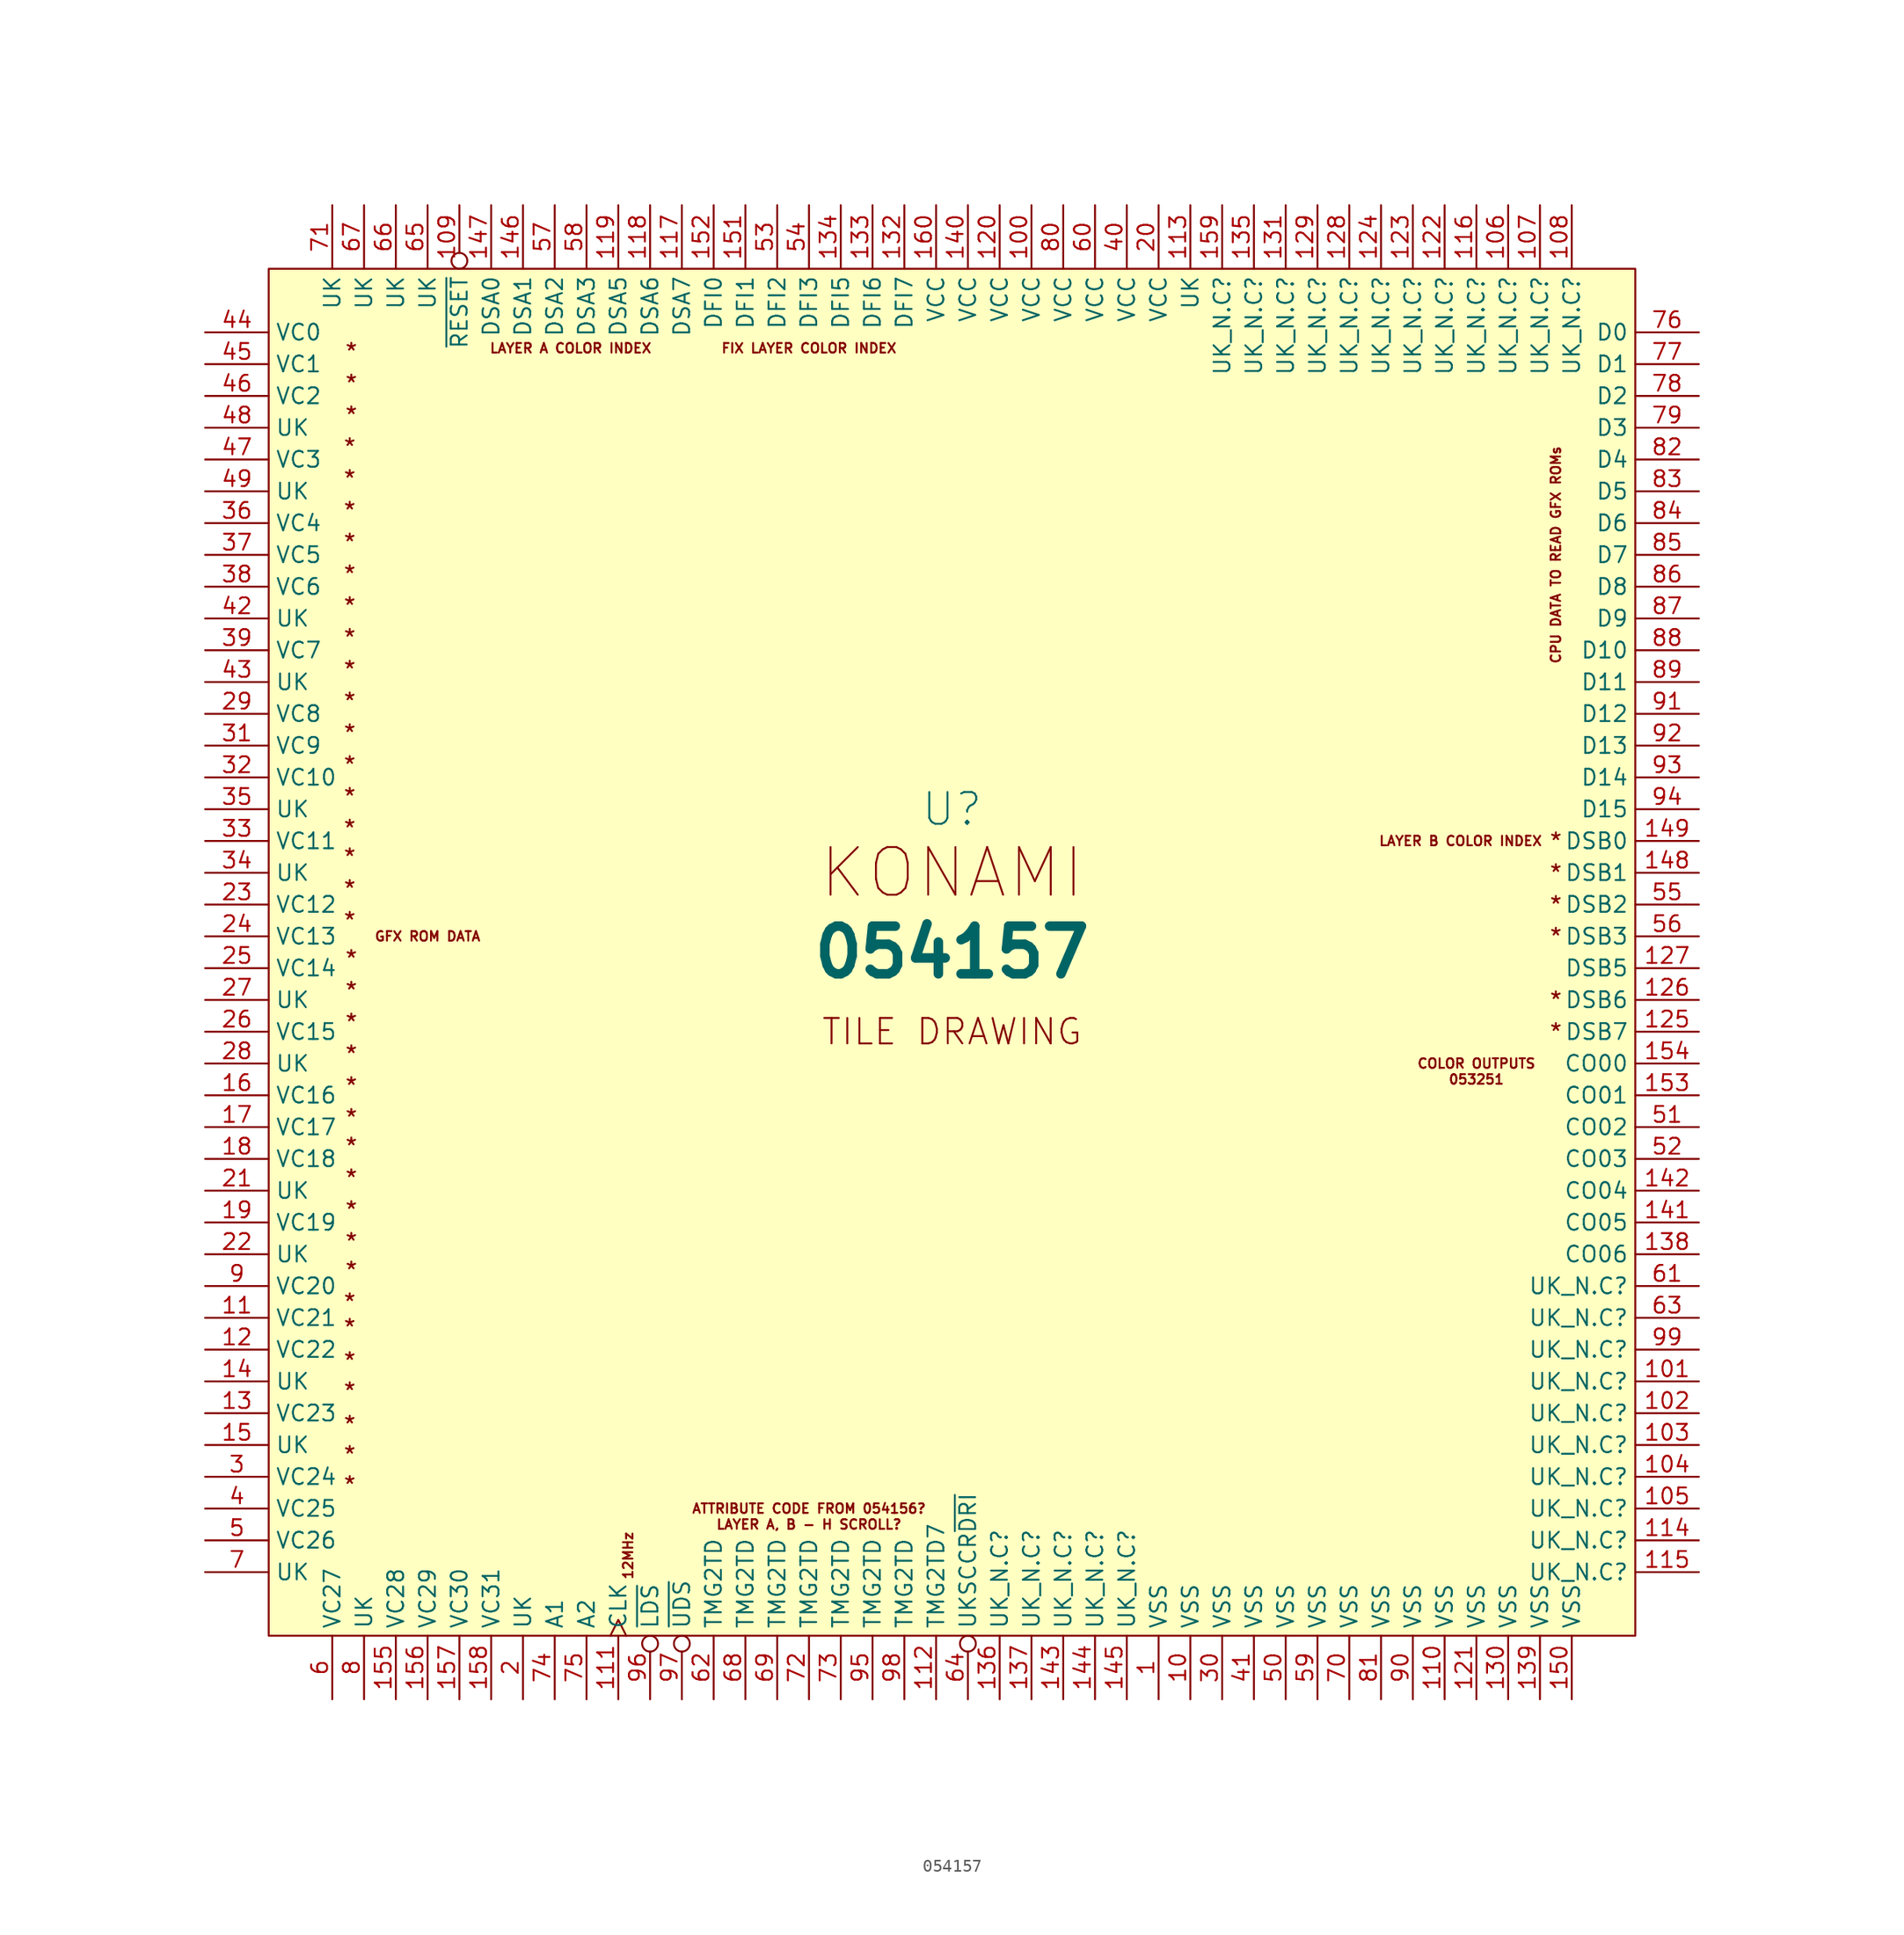
<source format=kicad_sym>
(kicad_symbol_lib
  (version 20231120)
  (generator "kicad_symbol_editor")
  (generator_version "8.0")
  (symbol "054157"
    (property "Reference" "U"
      (at 0 10.16 0)
      (effects (font (size 2.54 2.54))))
    (property "Value" "054157"
      (at 0 -1.27 0)
      (effects (font (size 3.81 3.81) (bold yes))))
    (symbol "054157_0_0"
      (text "*" (at -48.133 -43.815 0) (effects (font (size 1.27 1.27))))
      (text "*" (at -48.133 -41.402 0) (effects (font (size 1.27 1.27))))
      (text "*" (at -48.133 -38.989 0) (effects (font (size 1.27 1.27))))
      (text "*" (at -48.133 -36.322 0) (effects (font (size 1.27 1.27))))
      (text "*" (at -48.133 -33.909 0) (effects (font (size 1.27 1.27))))
      (text "*" (at -48.133 -31.242 0) (effects (font (size 1.27 1.27))))
      (text "*" (at -48.133 -29.21 0) (effects (font (size 1.27 1.27))))
      (text "*" (at -48.133 1.27 0) (effects (font (size 1.27 1.27))))
      (text "*" (at -48.133 3.81 0) (effects (font (size 1.27 1.27))))
      (text "*" (at -48.133 6.35 0) (effects (font (size 1.27 1.27))))
      (text "*" (at -48.133 8.636 0) (effects (font (size 1.27 1.27))))
      (text "*" (at -48.133 11.176 0) (effects (font (size 1.27 1.27))))
      (text "*" (at -48.133 13.716 0) (effects (font (size 1.27 1.27))))
      (text "*" (at -48.133 16.256 0) (effects (font (size 1.27 1.27))))
      (text "*" (at -48.133 18.796 0) (effects (font (size 1.27 1.27))))
      (text "*" (at -48.133 21.336 0) (effects (font (size 1.27 1.27))))
      (text "*" (at -48.133 23.876 0) (effects (font (size 1.27 1.27))))
      (text "*" (at -48.133 26.416 0) (effects (font (size 1.27 1.27))))
      (text "*" (at -48.133 28.956 0) (effects (font (size 1.27 1.27))))
      (text "*" (at -48.133 31.496 0) (effects (font (size 1.27 1.27))))
      (text "*" (at -48.133 34.036 0) (effects (font (size 1.27 1.27))))
      (text "*" (at -48.133 36.576 0) (effects (font (size 1.27 1.27))))
      (text "*" (at -48.133 39.116 0) (effects (font (size 1.27 1.27))))
      (text "*" (at -48.006 -26.67 0) (effects (font (size 1.27 1.27))))
      (text "*" (at -48.006 -24.384 0) (effects (font (size 1.27 1.27))))
      (text "*" (at -48.006 -21.844 0) (effects (font (size 1.27 1.27))))
      (text "*" (at -48.006 -19.304 0) (effects (font (size 1.27 1.27))))
      (text "*" (at -48.006 -16.764 0) (effects (font (size 1.27 1.27))))
      (text "*" (at -48.006 -14.478 0) (effects (font (size 1.27 1.27))))
      (text "*" (at -48.006 -11.938 0) (effects (font (size 1.27 1.27))))
      (text "*" (at -48.006 -9.398 0) (effects (font (size 1.27 1.27))))
      (text "*" (at -48.006 -6.858 0) (effects (font (size 1.27 1.27))))
      (text "*" (at -48.006 -4.318 0) (effects (font (size 1.27 1.27))))
      (text "*" (at -48.006 -1.778 0) (effects (font (size 1.27 1.27))))
      (text "*" (at -48.006 41.656 0) (effects (font (size 1.27 1.27))))
      (text "*" (at -48.006 44.196 0) (effects (font (size 1.27 1.27))))
      (text "*" (at -48.006 46.736 0) (effects (font (size 1.27 1.27))))
      (text "*" (at 48.26 -7.62 0) (effects (font (size 1.27 1.27))))
      (text "*" (at 48.26 -5.08 0) (effects (font (size 1.27 1.27))))
      (text "*" (at 48.26 0 0) (effects (font (size 1.27 1.27))))
      (text "*" (at 48.26 2.54 0) (effects (font (size 1.27 1.27))))
      (text "*" (at 48.26 5.08 0) (effects (font (size 1.27 1.27))))
      (text "*" (at 48.26 7.62 0) (effects (font (size 1.27 1.27))))
      (text "CPU DATA TO READ GFX ROMs" (at 48.26 30.48 900) (effects (font (size 0.762 0.762))))
      (text "FIX LAYER COLOR INDEX" (at -11.43 46.99 0) (effects (font (size 0.762 0.762))))
      (text "GFX ROM DATA" (at -41.91 0 0) (effects (font (size 0.762 0.762))))
      (text "LAYER A COLOR INDEX" (at -30.48 46.99 0) (effects (font (size 0.762 0.762))))
      (text "LAYER B COLOR INDEX" (at 40.64 7.62 0) (effects (font (size 0.762 0.762))))
      (text "TILE DRAWING" (at 0 -7.62 0) (effects (font (size 2.032 2.032)))))
    (symbol "054157_0_1"
      (rectangle (start -54.61 53.34) (end 54.61 -55.88) (stroke (width 0.152) (type default)) (fill (type background))))
    (symbol "054157_1_0"
      (text "12MHz" (at -25.883 -49.479 900) (effects (font (size 0.762 0.762))))
      (text "KONAMI" (at 0 5.08 0) (effects (font (size 3.81 3.81)))))
    (symbol "054157_1_1"
      (text "053251" (at 41.91 -11.43 0) (effects (font (size 0.762 0.762))))
      (text "ATTRIBUTE CODE FROM 054156?" (at -11.43 -45.72 0) (effects (font (size 0.762 0.762))))
      (text "COLOR OUTPUTS" (at 41.91 -10.16 0) (effects (font (size 0.762 0.762))))
      (text "LAYER A, B - H SCROLL?" (at -11.43 -46.99 0) (effects (font (size 0.762 0.762))))
      (pin power_in line (at 16.51 -60.96 90) (length 5.08) (name "VSS" (effects (font (size 1.27 1.27)))) (number "1" (effects (font (size 1.27 1.27)))))
      (pin power_in line (at 19.05 -60.96 90) (length 5.08) (name "VSS" (effects (font (size 1.27 1.27)))) (number "10" (effects (font (size 1.27 1.27)))))
      (pin power_in line (at 6.35 58.42 270) (length 5.08) (name "VCC" (effects (font (size 1.27 1.27)))) (number "100" (effects (font (size 1.27 1.27)))))
      (pin bidirectional line (at 59.69 -35.56 180) (length 5.08) (name "UK_N.C?" (effects (font (size 1.27 1.27)))) (number "101" (effects (font (size 1.27 1.27)))))
      (pin bidirectional line (at 59.69 -38.1 180) (length 5.08) (name "UK_N.C?" (effects (font (size 1.27 1.27)))) (number "102" (effects (font (size 1.27 1.27)))))
      (pin bidirectional line (at 59.69 -40.64 180) (length 5.08) (name "UK_N.C?" (effects (font (size 1.27 1.27)))) (number "103" (effects (font (size 1.27 1.27)))))
      (pin bidirectional line (at 59.69 -43.18 180) (length 5.08) (name "UK_N.C?" (effects (font (size 1.27 1.27)))) (number "104" (effects (font (size 1.27 1.27)))))
      (pin bidirectional line (at 59.69 -45.72 180) (length 5.08) (name "UK_N.C?" (effects (font (size 1.27 1.27)))) (number "105" (effects (font (size 1.27 1.27)))))
      (pin bidirectional line (at 44.45 58.42 270) (length 5.08) (name "UK_N.C?" (effects (font (size 1.27 1.27)))) (number "106" (effects (font (size 1.27 1.27)))))
      (pin bidirectional line (at 46.99 58.42 270) (length 5.08) (name "UK_N.C?" (effects (font (size 1.27 1.27)))) (number "107" (effects (font (size 1.27 1.27)))))
      (pin bidirectional line (at 49.53 58.42 270) (length 5.08) (name "UK_N.C?" (effects (font (size 1.27 1.27)))) (number "108" (effects (font (size 1.27 1.27)))))
      (pin output inverted (at -39.37 58.42 270) (length 5.08) (name "~{RESET}" (effects (font (size 1.27 1.27)))) (number "109" (effects (font (size 1.27 1.27)))))
      (pin input line (at -59.69 -30.48 0) (length 5.08) (name "VC21" (effects (font (size 1.27 1.27)))) (number "11" (effects (font (size 1.27 1.27)))))
      (pin power_in line (at 39.37 -60.96 90) (length 5.08) (name "VSS" (effects (font (size 1.27 1.27)))) (number "110" (effects (font (size 1.27 1.27)))))
      (pin input clock (at -26.67 -60.96 90) (length 5.08) (name "CLK" (effects (font (size 1.27 1.27)))) (number "111" (effects (font (size 1.27 1.27)))))
      (pin input line (at -1.27 -60.96 90) (length 5.08) (name "TMG2TD7" (effects (font (size 1.27 1.27)))) (number "112" (effects (font (size 1.27 1.27)))))
      (pin power_in line (at 19.05 58.42 270) (length 5.08) (name "UK" (effects (font (size 1.27 1.27)))) (number "113" (effects (font (size 1.27 1.27)))))
      (pin bidirectional line (at 59.69 -48.26 180) (length 5.08) (name "UK_N.C?" (effects (font (size 1.27 1.27)))) (number "114" (effects (font (size 1.27 1.27)))))
      (pin bidirectional line (at 59.69 -50.8 180) (length 5.08) (name "UK_N.C?" (effects (font (size 1.27 1.27)))) (number "115" (effects (font (size 1.27 1.27)))))
      (pin bidirectional line (at 41.91 58.42 270) (length 5.08) (name "UK_N.C?" (effects (font (size 1.27 1.27)))) (number "116" (effects (font (size 1.27 1.27)))))
      (pin output line (at -21.59 58.42 270) (length 5.08) (name "DSA7" (effects (font (size 1.27 1.27)))) (number "117" (effects (font (size 1.27 1.27)))))
      (pin output line (at -24.13 58.42 270) (length 5.08) (name "DSA6" (effects (font (size 1.27 1.27)))) (number "118" (effects (font (size 1.27 1.27)))))
      (pin output line (at -26.67 58.42 270) (length 5.08) (name "DSA5" (effects (font (size 1.27 1.27)))) (number "119" (effects (font (size 1.27 1.27)))))
      (pin input line (at -59.69 -33.02 0) (length 5.08) (name "VC22" (effects (font (size 1.27 1.27)))) (number "12" (effects (font (size 1.27 1.27)))))
      (pin power_in line (at 3.81 58.42 270) (length 5.08) (name "VCC" (effects (font (size 1.27 1.27)))) (number "120" (effects (font (size 1.27 1.27)))))
      (pin power_in line (at 41.91 -60.96 90) (length 5.08) (name "VSS" (effects (font (size 1.27 1.27)))) (number "121" (effects (font (size 1.27 1.27)))))
      (pin bidirectional line (at 39.37 58.42 270) (length 5.08) (name "UK_N.C?" (effects (font (size 1.27 1.27)))) (number "122" (effects (font (size 1.27 1.27)))))
      (pin bidirectional line (at 36.83 58.42 270) (length 5.08) (name "UK_N.C?" (effects (font (size 1.27 1.27)))) (number "123" (effects (font (size 1.27 1.27)))))
      (pin bidirectional line (at 34.29 58.42 270) (length 5.08) (name "UK_N.C?" (effects (font (size 1.27 1.27)))) (number "124" (effects (font (size 1.27 1.27)))))
      (pin output line (at 59.69 -7.62 180) (length 5.08) (name "DSB7" (effects (font (size 1.27 1.27)))) (number "125" (effects (font (size 1.27 1.27)))))
      (pin output line (at 59.69 -5.08 180) (length 5.08) (name "DSB6" (effects (font (size 1.27 1.27)))) (number "126" (effects (font (size 1.27 1.27)))))
      (pin output line (at 59.69 -2.54 180) (length 5.08) (name "DSB5" (effects (font (size 1.27 1.27)))) (number "127" (effects (font (size 1.27 1.27)))))
      (pin bidirectional line (at 31.75 58.42 270) (length 5.08) (name "UK_N.C?" (effects (font (size 1.27 1.27)))) (number "128" (effects (font (size 1.27 1.27)))))
      (pin bidirectional line (at 29.21 58.42 270) (length 5.08) (name "UK_N.C?" (effects (font (size 1.27 1.27)))) (number "129" (effects (font (size 1.27 1.27)))))
      (pin input line (at -59.69 -38.1 0) (length 5.08) (name "VC23" (effects (font (size 1.27 1.27)))) (number "13" (effects (font (size 1.27 1.27)))))
      (pin power_in line (at 44.45 -60.96 90) (length 5.08) (name "VSS" (effects (font (size 1.27 1.27)))) (number "130" (effects (font (size 1.27 1.27)))))
      (pin bidirectional line (at 26.67 58.42 270) (length 5.08) (name "UK_N.C?" (effects (font (size 1.27 1.27)))) (number "131" (effects (font (size 1.27 1.27)))))
      (pin output line (at -3.81 58.42 270) (length 5.08) (name "DFI7" (effects (font (size 1.27 1.27)))) (number "132" (effects (font (size 1.27 1.27)))))
      (pin output line (at -6.35 58.42 270) (length 5.08) (name "DFI6" (effects (font (size 1.27 1.27)))) (number "133" (effects (font (size 1.27 1.27)))))
      (pin output line (at -8.89 58.42 270) (length 5.08) (name "DFI5" (effects (font (size 1.27 1.27)))) (number "134" (effects (font (size 1.27 1.27)))))
      (pin bidirectional line (at 24.13 58.42 270) (length 5.08) (name "UK_N.C?" (effects (font (size 1.27 1.27)))) (number "135" (effects (font (size 1.27 1.27)))))
      (pin bidirectional line (at 3.81 -60.96 90) (length 5.08) (name "UK_N.C?" (effects (font (size 1.27 1.27)))) (number "136" (effects (font (size 1.27 1.27)))))
      (pin bidirectional line (at 6.35 -60.96 90) (length 5.08) (name "UK_N.C?" (effects (font (size 1.27 1.27)))) (number "137" (effects (font (size 1.27 1.27)))))
      (pin bidirectional line (at 59.69 -25.4 180) (length 5.08) (name "CO06" (effects (font (size 1.27 1.27)))) (number "138" (effects (font (size 1.27 1.27)))))
      (pin power_in line (at 46.99 -60.96 90) (length 5.08) (name "VSS" (effects (font (size 1.27 1.27)))) (number "139" (effects (font (size 1.27 1.27)))))
      (pin input line (at -59.69 -35.56 0) (length 5.08) (name "UK" (effects (font (size 1.27 1.27)))) (number "14" (effects (font (size 1.27 1.27)))))
      (pin power_in line (at 1.27 58.42 270) (length 5.08) (name "VCC" (effects (font (size 1.27 1.27)))) (number "140" (effects (font (size 1.27 1.27)))))
      (pin bidirectional line (at 59.69 -22.86 180) (length 5.08) (name "CO05" (effects (font (size 1.27 1.27)))) (number "141" (effects (font (size 1.27 1.27)))))
      (pin output line (at 59.69 -20.32 180) (length 5.08) (name "CO04" (effects (font (size 1.27 1.27)))) (number "142" (effects (font (size 1.27 1.27)))))
      (pin bidirectional line (at 8.89 -60.96 90) (length 5.08) (name "UK_N.C?" (effects (font (size 1.27 1.27)))) (number "143" (effects (font (size 1.27 1.27)))))
      (pin bidirectional line (at 11.43 -60.96 90) (length 5.08) (name "UK_N.C?" (effects (font (size 1.27 1.27)))) (number "144" (effects (font (size 1.27 1.27)))))
      (pin bidirectional line (at 13.97 -60.96 90) (length 5.08) (name "UK_N.C?" (effects (font (size 1.27 1.27)))) (number "145" (effects (font (size 1.27 1.27)))))
      (pin output line (at -34.29 58.42 270) (length 5.08) (name "DSA1" (effects (font (size 1.27 1.27)))) (number "146" (effects (font (size 1.27 1.27)))))
      (pin output line (at -36.83 58.42 270) (length 5.08) (name "DSA0" (effects (font (size 1.27 1.27)))) (number "147" (effects (font (size 1.27 1.27)))))
      (pin output line (at 59.69 5.08 180) (length 5.08) (name "DSB1" (effects (font (size 1.27 1.27)))) (number "148" (effects (font (size 1.27 1.27)))))
      (pin output line (at 59.69 7.62 180) (length 5.08) (name "DSB0" (effects (font (size 1.27 1.27)))) (number "149" (effects (font (size 1.27 1.27)))))
      (pin input line (at -59.69 -40.64 0) (length 5.08) (name "UK" (effects (font (size 1.27 1.27)))) (number "15" (effects (font (size 1.27 1.27)))))
      (pin power_in line (at 49.53 -60.96 90) (length 5.08) (name "VSS" (effects (font (size 1.27 1.27)))) (number "150" (effects (font (size 1.27 1.27)))))
      (pin output line (at -16.51 58.42 270) (length 5.08) (name "DFI1" (effects (font (size 1.27 1.27)))) (number "151" (effects (font (size 1.27 1.27)))))
      (pin output line (at -19.05 58.42 270) (length 5.08) (name "DFI0" (effects (font (size 1.27 1.27)))) (number "152" (effects (font (size 1.27 1.27)))))
      (pin output line (at 59.69 -12.7 180) (length 5.08) (name "CO01" (effects (font (size 1.27 1.27)))) (number "153" (effects (font (size 1.27 1.27)))))
      (pin output line (at 59.69 -10.16 180) (length 5.08) (name "CO00" (effects (font (size 1.27 1.27)))) (number "154" (effects (font (size 1.27 1.27)))))
      (pin input line (at -44.45 -60.96 90) (length 5.08) (name "VC28" (effects (font (size 1.27 1.27)))) (number "155" (effects (font (size 1.27 1.27)))))
      (pin input line (at -41.91 -60.96 90) (length 5.08) (name "VC29" (effects (font (size 1.27 1.27)))) (number "156" (effects (font (size 1.27 1.27)))))
      (pin input line (at -39.37 -60.96 90) (length 5.08) (name "VC30" (effects (font (size 1.27 1.27)))) (number "157" (effects (font (size 1.27 1.27)))))
      (pin input line (at -36.83 -60.96 90) (length 5.08) (name "VC31" (effects (font (size 1.27 1.27)))) (number "158" (effects (font (size 1.27 1.27)))))
      (pin bidirectional line (at 21.59 58.42 270) (length 5.08) (name "UK_N.C?" (effects (font (size 1.27 1.27)))) (number "159" (effects (font (size 1.27 1.27)))))
      (pin input line (at -59.69 -12.7 0) (length 5.08) (name "VC16" (effects (font (size 1.27 1.27)))) (number "16" (effects (font (size 1.27 1.27)))))
      (pin power_in line (at -1.27 58.42 270) (length 5.08) (name "VCC" (effects (font (size 1.27 1.27)))) (number "160" (effects (font (size 1.27 1.27)))))
      (pin input line (at -59.69 -15.24 0) (length 5.08) (name "VC17" (effects (font (size 1.27 1.27)))) (number "17" (effects (font (size 1.27 1.27)))))
      (pin input line (at -59.69 -17.78 0) (length 5.08) (name "VC18" (effects (font (size 1.27 1.27)))) (number "18" (effects (font (size 1.27 1.27)))))
      (pin input line (at -59.69 -22.86 0) (length 5.08) (name "VC19" (effects (font (size 1.27 1.27)))) (number "19" (effects (font (size 1.27 1.27)))))
      (pin input line (at -34.29 -60.96 90) (length 5.08) (name "UK" (effects (font (size 1.27 1.27)))) (number "2" (effects (font (size 1.27 1.27)))))
      (pin power_in line (at 16.51 58.42 270) (length 5.08) (name "VCC" (effects (font (size 1.27 1.27)))) (number "20" (effects (font (size 1.27 1.27)))))
      (pin input line (at -59.69 -20.32 0) (length 5.08) (name "UK" (effects (font (size 1.27 1.27)))) (number "21" (effects (font (size 1.27 1.27)))))
      (pin input line (at -59.69 -25.4 0) (length 5.08) (name "UK" (effects (font (size 1.27 1.27)))) (number "22" (effects (font (size 1.27 1.27)))))
      (pin input line (at -59.69 2.54 0) (length 5.08) (name "VC12" (effects (font (size 1.27 1.27)))) (number "23" (effects (font (size 1.27 1.27)))))
      (pin input line (at -59.69 0 0) (length 5.08) (name "VC13" (effects (font (size 1.27 1.27)))) (number "24" (effects (font (size 1.27 1.27)))))
      (pin input line (at -59.69 -2.54 0) (length 5.08) (name "VC14" (effects (font (size 1.27 1.27)))) (number "25" (effects (font (size 1.27 1.27)))))
      (pin input line (at -59.69 -7.62 0) (length 5.08) (name "VC15" (effects (font (size 1.27 1.27)))) (number "26" (effects (font (size 1.27 1.27)))))
      (pin input line (at -59.69 -5.08 0) (length 5.08) (name "UK" (effects (font (size 1.27 1.27)))) (number "27" (effects (font (size 1.27 1.27)))))
      (pin input line (at -59.69 -10.16 0) (length 5.08) (name "UK" (effects (font (size 1.27 1.27)))) (number "28" (effects (font (size 1.27 1.27)))))
      (pin input line (at -59.69 17.78 0) (length 5.08) (name "VC8" (effects (font (size 1.27 1.27)))) (number "29" (effects (font (size 1.27 1.27)))))
      (pin input line (at -59.69 -43.18 0) (length 5.08) (name "VC24" (effects (font (size 1.27 1.27)))) (number "3" (effects (font (size 1.27 1.27)))))
      (pin power_in line (at 21.59 -60.96 90) (length 5.08) (name "VSS" (effects (font (size 1.27 1.27)))) (number "30" (effects (font (size 1.27 1.27)))))
      (pin input line (at -59.69 15.24 0) (length 5.08) (name "VC9" (effects (font (size 1.27 1.27)))) (number "31" (effects (font (size 1.27 1.27)))))
      (pin input line (at -59.69 12.7 0) (length 5.08) (name "VC10" (effects (font (size 1.27 1.27)))) (number "32" (effects (font (size 1.27 1.27)))))
      (pin input line (at -59.69 7.62 0) (length 5.08) (name "VC11" (effects (font (size 1.27 1.27)))) (number "33" (effects (font (size 1.27 1.27)))))
      (pin input line (at -59.69 5.08 0) (length 5.08) (name "UK" (effects (font (size 1.27 1.27)))) (number "34" (effects (font (size 1.27 1.27)))))
      (pin input line (at -59.69 10.16 0) (length 5.08) (name "UK" (effects (font (size 1.27 1.27)))) (number "35" (effects (font (size 1.27 1.27)))))
      (pin input line (at -59.69 33.02 0) (length 5.08) (name "VC4" (effects (font (size 1.27 1.27)))) (number "36" (effects (font (size 1.27 1.27)))))
      (pin input line (at -59.69 30.48 0) (length 5.08) (name "VC5" (effects (font (size 1.27 1.27)))) (number "37" (effects (font (size 1.27 1.27)))))
      (pin input line (at -59.69 27.94 0) (length 5.08) (name "VC6" (effects (font (size 1.27 1.27)))) (number "38" (effects (font (size 1.27 1.27)))))
      (pin input line (at -59.69 22.86 0) (length 5.08) (name "VC7" (effects (font (size 1.27 1.27)))) (number "39" (effects (font (size 1.27 1.27)))))
      (pin input line (at -59.69 -45.72 0) (length 5.08) (name "VC25" (effects (font (size 1.27 1.27)))) (number "4" (effects (font (size 1.27 1.27)))))
      (pin power_in line (at 13.97 58.42 270) (length 5.08) (name "VCC" (effects (font (size 1.27 1.27)))) (number "40" (effects (font (size 1.27 1.27)))))
      (pin power_in line (at 24.13 -60.96 90) (length 5.08) (name "VSS" (effects (font (size 1.27 1.27)))) (number "41" (effects (font (size 1.27 1.27)))))
      (pin input line (at -59.69 25.4 0) (length 5.08) (name "UK" (effects (font (size 1.27 1.27)))) (number "42" (effects (font (size 1.27 1.27)))))
      (pin input line (at -59.69 20.32 0) (length 5.08) (name "UK" (effects (font (size 1.27 1.27)))) (number "43" (effects (font (size 1.27 1.27)))))
      (pin input line (at -59.69 48.26 0) (length 5.08) (name "VC0" (effects (font (size 1.27 1.27)))) (number "44" (effects (font (size 1.27 1.27)))))
      (pin input line (at -59.69 45.72 0) (length 5.08) (name "VC1" (effects (font (size 1.27 1.27)))) (number "45" (effects (font (size 1.27 1.27)))))
      (pin input line (at -59.69 43.18 0) (length 5.08) (name "VC2" (effects (font (size 1.27 1.27)))) (number "46" (effects (font (size 1.27 1.27)))))
      (pin input line (at -59.69 38.1 0) (length 5.08) (name "VC3" (effects (font (size 1.27 1.27)))) (number "47" (effects (font (size 1.27 1.27)))))
      (pin input line (at -59.69 40.64 0) (length 5.08) (name "UK" (effects (font (size 1.27 1.27)))) (number "48" (effects (font (size 1.27 1.27)))))
      (pin input line (at -59.69 35.56 0) (length 5.08) (name "UK" (effects (font (size 1.27 1.27)))) (number "49" (effects (font (size 1.27 1.27)))))
      (pin input line (at -59.69 -48.26 0) (length 5.08) (name "VC26" (effects (font (size 1.27 1.27)))) (number "5" (effects (font (size 1.27 1.27)))))
      (pin power_in line (at 26.67 -60.96 90) (length 5.08) (name "VSS" (effects (font (size 1.27 1.27)))) (number "50" (effects (font (size 1.27 1.27)))))
      (pin output line (at 59.69 -15.24 180) (length 5.08) (name "CO02" (effects (font (size 1.27 1.27)))) (number "51" (effects (font (size 1.27 1.27)))))
      (pin output line (at 59.69 -17.78 180) (length 5.08) (name "CO03" (effects (font (size 1.27 1.27)))) (number "52" (effects (font (size 1.27 1.27)))))
      (pin output line (at -13.97 58.42 270) (length 5.08) (name "DFI2" (effects (font (size 1.27 1.27)))) (number "53" (effects (font (size 1.27 1.27)))))
      (pin output line (at -11.43 58.42 270) (length 5.08) (name "DFI3" (effects (font (size 1.27 1.27)))) (number "54" (effects (font (size 1.27 1.27)))))
      (pin output line (at 59.69 2.54 180) (length 5.08) (name "DSB2" (effects (font (size 1.27 1.27)))) (number "55" (effects (font (size 1.27 1.27)))))
      (pin output line (at 59.69 0 180) (length 5.08) (name "DSB3" (effects (font (size 1.27 1.27)))) (number "56" (effects (font (size 1.27 1.27)))))
      (pin output line (at -31.75 58.42 270) (length 5.08) (name "DSA2" (effects (font (size 1.27 1.27)))) (number "57" (effects (font (size 1.27 1.27)))))
      (pin output line (at -29.21 58.42 270) (length 5.08) (name "DSA3" (effects (font (size 1.27 1.27)))) (number "58" (effects (font (size 1.27 1.27)))))
      (pin power_in line (at 29.21 -60.96 90) (length 5.08) (name "VSS" (effects (font (size 1.27 1.27)))) (number "59" (effects (font (size 1.27 1.27)))))
      (pin input line (at -49.53 -60.96 90) (length 5.08) (name "VC27" (effects (font (size 1.27 1.27)))) (number "6" (effects (font (size 1.27 1.27)))))
      (pin power_in line (at 11.43 58.42 270) (length 5.08) (name "VCC" (effects (font (size 1.27 1.27)))) (number "60" (effects (font (size 1.27 1.27)))))
      (pin bidirectional line (at 59.69 -27.94 180) (length 5.08) (name "UK_N.C?" (effects (font (size 1.27 1.27)))) (number "61" (effects (font (size 1.27 1.27)))))
      (pin input line (at -19.05 -60.96 90) (length 5.08) (name "TMG2TD" (effects (font (size 1.27 1.27)))) (number "62" (effects (font (size 1.27 1.27)))))
      (pin bidirectional line (at 59.69 -30.48 180) (length 5.08) (name "UK_N.C?" (effects (font (size 1.27 1.27)))) (number "63" (effects (font (size 1.27 1.27)))))
      (pin input inverted (at 1.27 -60.96 90) (length 5.08) (name "UKSCCR~{DRI}" (effects (font (size 1.27 1.27)))) (number "64" (effects (font (size 1.27 1.27)))))
      (pin power_in line (at -41.91 58.42 270) (length 5.08) (name "UK" (effects (font (size 1.27 1.27)))) (number "65" (effects (font (size 1.27 1.27)))))
      (pin power_in line (at -44.45 58.42 270) (length 5.08) (name "UK" (effects (font (size 1.27 1.27)))) (number "66" (effects (font (size 1.27 1.27)))))
      (pin power_in line (at -46.99 58.42 270) (length 5.08) (name "UK" (effects (font (size 1.27 1.27)))) (number "67" (effects (font (size 1.27 1.27)))))
      (pin input line (at -16.51 -60.96 90) (length 5.08) (name "TMG2TD" (effects (font (size 1.27 1.27)))) (number "68" (effects (font (size 1.27 1.27)))))
      (pin input line (at -13.97 -60.96 90) (length 5.08) (name "TMG2TD" (effects (font (size 1.27 1.27)))) (number "69" (effects (font (size 1.27 1.27)))))
      (pin input line (at -59.69 -50.8 0) (length 5.08) (name "UK" (effects (font (size 1.27 1.27)))) (number "7" (effects (font (size 1.27 1.27)))))
      (pin power_in line (at 31.75 -60.96 90) (length 5.08) (name "VSS" (effects (font (size 1.27 1.27)))) (number "70" (effects (font (size 1.27 1.27)))))
      (pin power_in line (at -49.53 58.42 270) (length 5.08) (name "UK" (effects (font (size 1.27 1.27)))) (number "71" (effects (font (size 1.27 1.27)))))
      (pin input line (at -11.43 -60.96 90) (length 5.08) (name "TMG2TD" (effects (font (size 1.27 1.27)))) (number "72" (effects (font (size 1.27 1.27)))))
      (pin input line (at -8.89 -60.96 90) (length 5.08) (name "TMG2TD" (effects (font (size 1.27 1.27)))) (number "73" (effects (font (size 1.27 1.27)))))
      (pin input line (at -31.75 -60.96 90) (length 5.08) (name "A1" (effects (font (size 1.27 1.27)))) (number "74" (effects (font (size 1.27 1.27)))))
      (pin input line (at -29.21 -60.96 90) (length 5.08) (name "A2" (effects (font (size 1.27 1.27)))) (number "75" (effects (font (size 1.27 1.27)))))
      (pin bidirectional line (at 59.69 48.26 180) (length 5.08) (name "D0" (effects (font (size 1.27 1.27)))) (number "76" (effects (font (size 1.27 1.27)))))
      (pin bidirectional line (at 59.69 45.72 180) (length 5.08) (name "D1" (effects (font (size 1.27 1.27)))) (number "77" (effects (font (size 1.27 1.27)))))
      (pin bidirectional line (at 59.69 43.18 180) (length 5.08) (name "D2" (effects (font (size 1.27 1.27)))) (number "78" (effects (font (size 1.27 1.27)))))
      (pin bidirectional line (at 59.69 40.64 180) (length 5.08) (name "D3" (effects (font (size 1.27 1.27)))) (number "79" (effects (font (size 1.27 1.27)))))
      (pin input line (at -46.99 -60.96 90) (length 5.08) (name "UK" (effects (font (size 1.27 1.27)))) (number "8" (effects (font (size 1.27 1.27)))))
      (pin power_in line (at 8.89 58.42 270) (length 5.08) (name "VCC" (effects (font (size 1.27 1.27)))) (number "80" (effects (font (size 1.27 1.27)))))
      (pin power_in line (at 34.29 -60.96 90) (length 5.08) (name "VSS" (effects (font (size 1.27 1.27)))) (number "81" (effects (font (size 1.27 1.27)))))
      (pin bidirectional line (at 59.69 38.1 180) (length 5.08) (name "D4" (effects (font (size 1.27 1.27)))) (number "82" (effects (font (size 1.27 1.27)))))
      (pin bidirectional line (at 59.69 35.56 180) (length 5.08) (name "D5" (effects (font (size 1.27 1.27)))) (number "83" (effects (font (size 1.27 1.27)))))
      (pin bidirectional line (at 59.69 33.02 180) (length 5.08) (name "D6" (effects (font (size 1.27 1.27)))) (number "84" (effects (font (size 1.27 1.27)))))
      (pin bidirectional line (at 59.69 30.48 180) (length 5.08) (name "D7" (effects (font (size 1.27 1.27)))) (number "85" (effects (font (size 1.27 1.27)))))
      (pin bidirectional line (at 59.69 27.94 180) (length 5.08) (name "D8" (effects (font (size 1.27 1.27)))) (number "86" (effects (font (size 1.27 1.27)))))
      (pin bidirectional line (at 59.69 25.4 180) (length 5.08) (name "D9" (effects (font (size 1.27 1.27)))) (number "87" (effects (font (size 1.27 1.27)))))
      (pin bidirectional line (at 59.69 22.86 180) (length 5.08) (name "D10" (effects (font (size 1.27 1.27)))) (number "88" (effects (font (size 1.27 1.27)))))
      (pin bidirectional line (at 59.69 20.32 180) (length 5.08) (name "D11" (effects (font (size 1.27 1.27)))) (number "89" (effects (font (size 1.27 1.27)))))
      (pin input line (at -59.69 -27.94 0) (length 5.08) (name "VC20" (effects (font (size 1.27 1.27)))) (number "9" (effects (font (size 1.27 1.27)))))
      (pin power_in line (at 36.83 -60.96 90) (length 5.08) (name "VSS" (effects (font (size 1.27 1.27)))) (number "90" (effects (font (size 1.27 1.27)))))
      (pin bidirectional line (at 59.69 17.78 180) (length 5.08) (name "D12" (effects (font (size 1.27 1.27)))) (number "91" (effects (font (size 1.27 1.27)))))
      (pin bidirectional line (at 59.69 15.24 180) (length 5.08) (name "D13" (effects (font (size 1.27 1.27)))) (number "92" (effects (font (size 1.27 1.27)))))
      (pin bidirectional line (at 59.69 12.7 180) (length 5.08) (name "D14" (effects (font (size 1.27 1.27)))) (number "93" (effects (font (size 1.27 1.27)))))
      (pin bidirectional line (at 59.69 10.16 180) (length 5.08) (name "D15" (effects (font (size 1.27 1.27)))) (number "94" (effects (font (size 1.27 1.27)))))
      (pin input line (at -6.35 -60.96 90) (length 5.08) (name "TMG2TD" (effects (font (size 1.27 1.27)))) (number "95" (effects (font (size 1.27 1.27)))))
      (pin input inverted (at -24.13 -60.96 90) (length 5.08) (name "~{LDS}" (effects (font (size 1.27 1.27)))) (number "96" (effects (font (size 1.27 1.27)))))
      (pin input inverted (at -21.59 -60.96 90) (length 5.08) (name "~{UDS}" (effects (font (size 1.27 1.27)))) (number "97" (effects (font (size 1.27 1.27)))))
      (pin input line (at -3.81 -60.96 90) (length 5.08) (name "TMG2TD" (effects (font (size 1.27 1.27)))) (number "98" (effects (font (size 1.27 1.27)))))
      (pin bidirectional line (at 59.69 -33.02 180) (length 5.08) (name "UK_N.C?" (effects (font (size 1.27 1.27)))) (number "99" (effects (font (size 1.27 1.27))))))))
</source>
